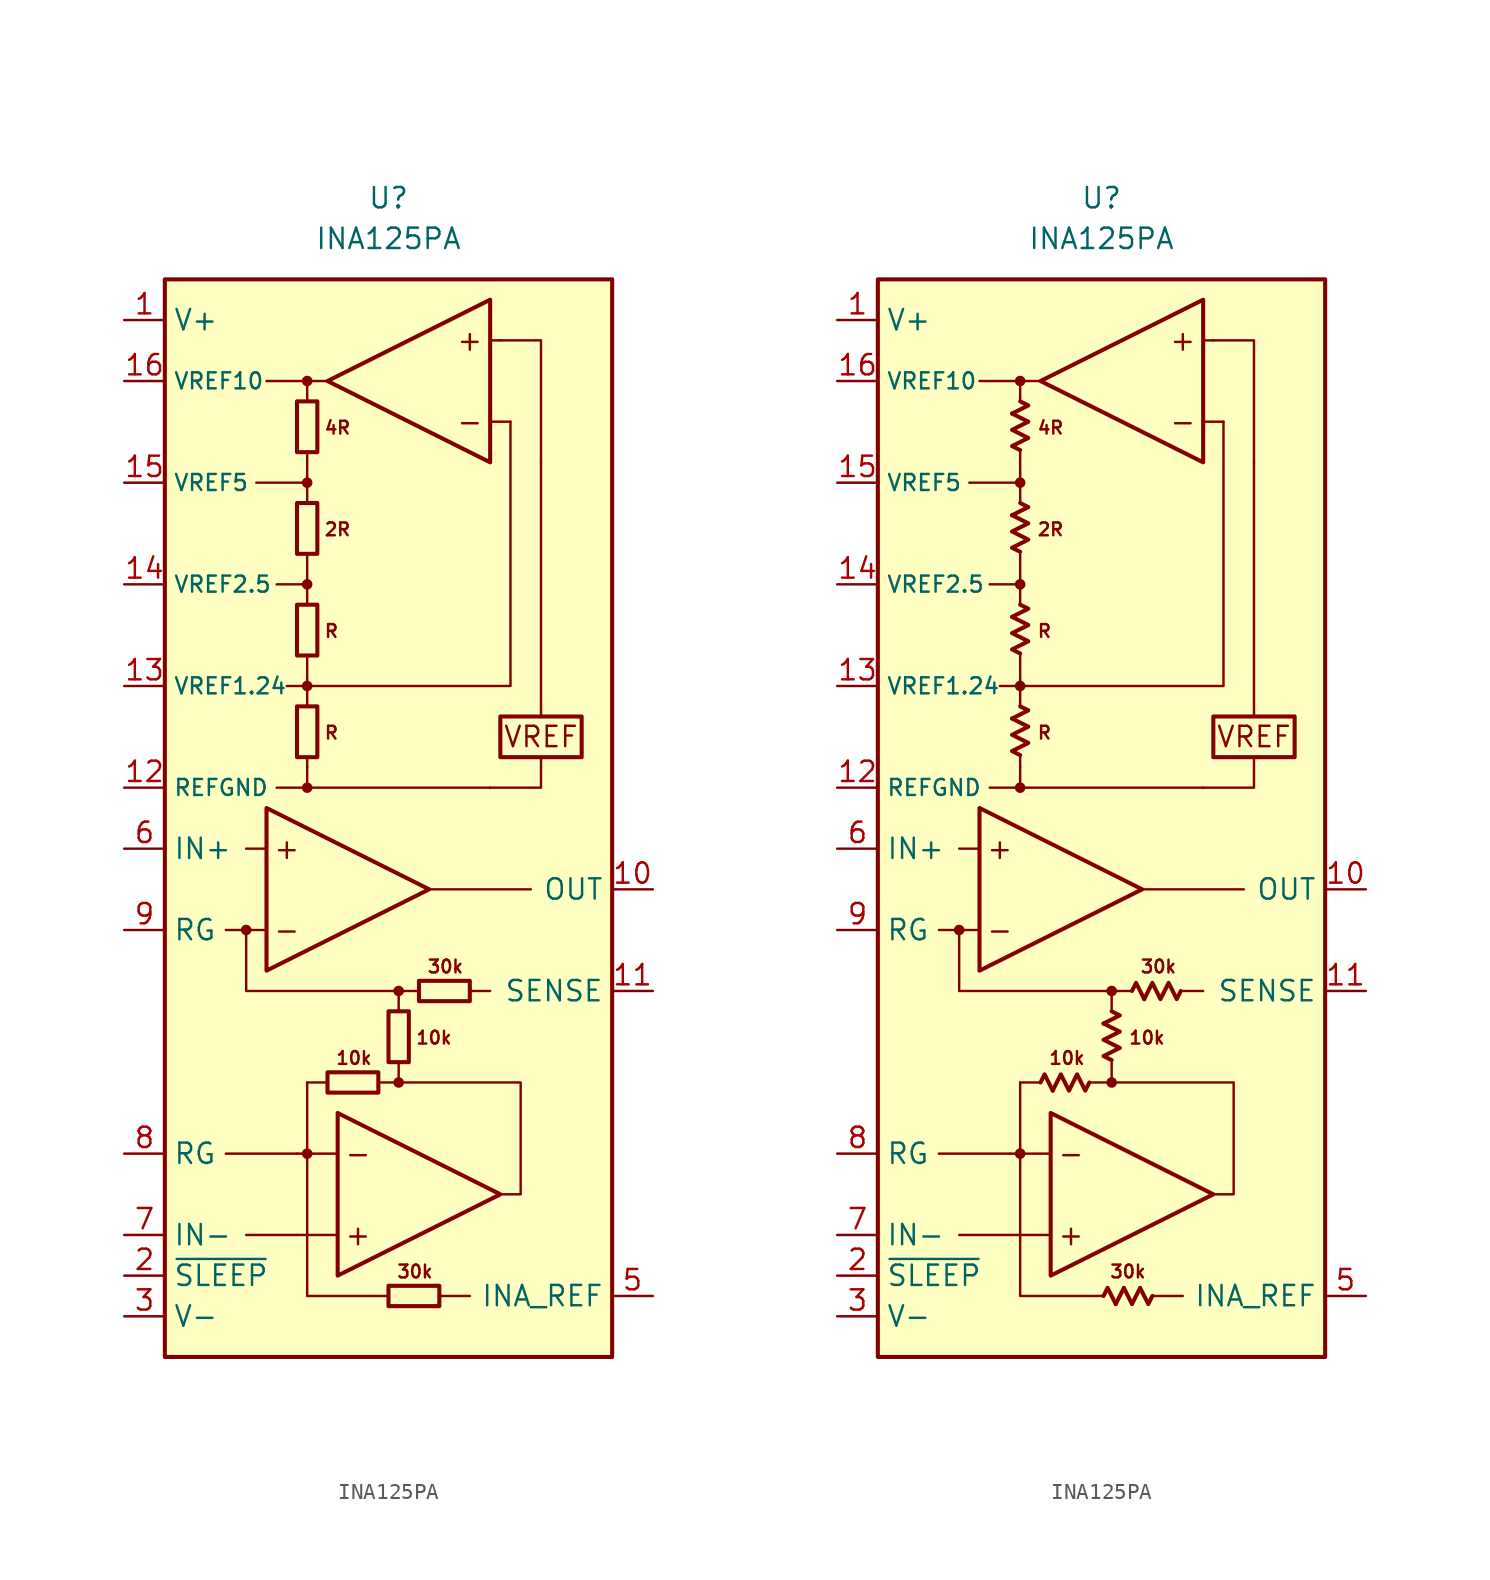
<source format=kicad_sym>
(kicad_symbol_lib
  (version 20231120)
  (generator "kicad_symbol_editor")
  (generator_version "8.0")
  (symbol "INA125PA"
    (property "Reference" "U"
      (at 0 36.83 0)
      (effects (font (size 1.27 1.27))))
    (property "Value" "INA125PA"
      (at 0 34.29 0)
      (effects (font (size 1.27 1.27))))
    (symbol "INA125PA_0_0"
      (circle (center -8.89 -8.89) (radius 0.254) (stroke (width 0.152) (type default)) (fill (type outline)))
      (circle (center -5.08 -22.86) (radius 0.254) (stroke (width 0.152) (type default)) (fill (type outline)))
      (circle (center -5.08 0) (radius 0.254) (stroke (width 0.152) (type default)) (fill (type outline)))
      (circle (center -5.08 6.35) (radius 0.254) (stroke (width 0.152) (type default)) (fill (type outline)))
      (circle (center -5.08 12.7) (radius 0.254) (stroke (width 0.152) (type default)) (fill (type outline)))
      (circle (center -5.08 19.05) (radius 0.254) (stroke (width 0.152) (type default)) (fill (type outline)))
      (circle (center -5.08 25.4) (radius 0.254) (stroke (width 0.152) (type default)) (fill (type outline)))
      (polyline (pts (xy -5.08 0) (xy 6.35 0)) (stroke (width 0.152) (type default)) (fill (type none)))
      (polyline (pts (xy -5.08 1.27) (xy -5.08 0)) (stroke (width 0.152) (type default)) (fill (type none)))
      (polyline (pts (xy -5.08 1.905) (xy -5.08 1.27)) (stroke (width 0.152) (type default)) (fill (type none)))
      (polyline (pts (xy -5.08 6.35) (xy -5.08 5.08)) (stroke (width 0.152) (type default)) (fill (type none)))
      (polyline (pts (xy -5.08 8.255) (xy -5.08 6.35)) (stroke (width 0.152) (type default)) (fill (type none)))
      (polyline (pts (xy -5.08 12.7) (xy -5.08 11.43)) (stroke (width 0.152) (type default)) (fill (type none)))
      (polyline (pts (xy -5.08 14.605) (xy -5.08 12.7)) (stroke (width 0.152) (type default)) (fill (type none)))
      (polyline (pts (xy -5.08 19.05) (xy -5.08 17.78)) (stroke (width 0.152) (type default)) (fill (type none)))
      (polyline (pts (xy -5.08 20.955) (xy -5.08 19.05)) (stroke (width 0.152) (type default)) (fill (type none)))
      (polyline (pts (xy -3.81 -18.415) (xy -5.08 -18.415)) (stroke (width 0.152) (type default)) (fill (type none)))
      (polyline (pts (xy -3.175 -27.94) (xy -5.715 -27.94)) (stroke (width 0.152) (type default)) (fill (type none)))
      (polyline (pts (xy -3.175 -22.86) (xy -5.715 -22.86)) (stroke (width 0.152) (type default)) (fill (type none)))
      (polyline (pts (xy 0 -31.75) (xy -1.27 -31.75)) (stroke (width 0.152) (type default)) (fill (type none)))
      (polyline (pts (xy 1.905 -12.7) (xy 0.635 -12.7)) (stroke (width 0.152) (type default)) (fill (type none)))
      (polyline (pts (xy 6.35 22.86) (xy 7.62 22.86)) (stroke (width 0.152) (type default)) (fill (type none)))
      (polyline (pts (xy 6.35 27.94) (xy 6.985 27.94)) (stroke (width 0.152) (type default)) (fill (type none)))
      (polyline (pts (xy 9.525 4.445) (xy 9.525 20.32)) (stroke (width 0.152) (type default)) (fill (type none)))
      (polyline (pts (xy 9.525 1.905) (xy 9.525 0) (xy 6.35 0)) (stroke (width 0.152) (type default)) (fill (type none)))
      (circle (center 0.635 -18.415) (radius 0.254) (stroke (width 0.152) (type default)) (fill (type outline)))
      (circle (center 0.635 -12.7) (radius 0.254) (stroke (width 0.152) (type default)) (fill (type outline)))
      (rectangle (start 6.985 4.445) (end 12.065 1.905) (stroke (width 0.254) (type default)) (fill (type none)))
      (text "+" (at -6.35 -3.81 0) (effects (font (size 1.27 1.27))))
      (text "+" (at -1.905 -27.94 0) (effects (font (size 1.27 1.27))))
      (text "+" (at 5.08 27.94 0) (effects (font (size 1.27 1.27))))
      (text "-" (at -6.35 -8.89 0) (effects (font (size 1.27 1.27))))
      (text "-" (at -1.905 -22.86 0) (effects (font (size 1.27 1.27))))
      (text "-" (at 5.08 22.86 0) (effects (font (size 1.27 1.27))))
      (text "10k" (at -2.159 -16.891 0) (effects (font (size 0.8 0.8))))
      (text "10k" (at 1.651 -15.621 0) (effects (font (size 0.8 0.8)) (justify left)))
      (text "2R" (at -4.064 16.129 0) (effects (font (size 0.8 0.8)) (justify left)))
      (text "30k" (at 1.651 -30.226 0) (effects (font (size 0.8 0.8))))
      (text "30k" (at 3.556 -11.176 0) (effects (font (size 0.8 0.8))))
      (text "4R" (at -4.064 22.479 0) (effects (font (size 0.8 0.8)) (justify left)))
      (text "R" (at -4.064 3.429 0) (effects (font (size 0.8 0.8)) (justify left)))
      (text "R" (at -4.064 9.779 0) (effects (font (size 0.8 0.8)) (justify left)))
      (text "VREF" (at 9.525 3.175 0) (effects (font (size 1.27 1.27)))))
    (symbol "INA125PA_0_1"
      (rectangle (start -5.715 1.905) (end -4.445 5.08) (stroke (width 0.254) (type default)) (fill (type none)))
      (rectangle (start -5.715 8.255) (end -4.445 11.43) (stroke (width 0.254) (type default)) (fill (type none)))
      (rectangle (start -5.715 14.605) (end -4.445 17.78) (stroke (width 0.254) (type default)) (fill (type none)))
      (rectangle (start -5.715 20.955) (end -4.445 24.13) (stroke (width 0.254) (type default)) (fill (type none)))
      (rectangle (start -3.81 -17.78) (end -0.635 -19.05) (stroke (width 0.254) (type default)) (fill (type none)))
      (rectangle (start 0 -31.115) (end 3.175 -32.385) (stroke (width 0.254) (type default)) (fill (type none)))
      (rectangle (start 0 -17.145) (end 1.27 -13.97) (stroke (width 0.254) (type default)) (fill (type none)))
      (rectangle (start 1.905 -12.065) (end 5.08 -13.335) (stroke (width 0.254) (type default)) (fill (type none))))
    (symbol "INA125PA_0_2"
      (polyline (pts (xy -5.588 4.318) (xy -4.572 4.826) (xy -5.08 5.08)) (stroke (width 0.254) (type default)) (fill (type none)))
      (polyline (pts (xy -5.588 10.668) (xy -4.572 11.176) (xy -5.08 11.43)) (stroke (width 0.254) (type default)) (fill (type none)))
      (polyline (pts (xy -5.588 17.018) (xy -4.572 17.526) (xy -5.08 17.78)) (stroke (width 0.254) (type default)) (fill (type none)))
      (polyline (pts (xy -5.588 23.368) (xy -4.572 23.876) (xy -5.08 24.13)) (stroke (width 0.254) (type default)) (fill (type none)))
      (polyline (pts (xy -3.048 -18.923) (xy -3.556 -17.907) (xy -3.81 -18.415)) (stroke (width 0.254) (type default)) (fill (type none)))
      (polyline (pts (xy 0.127 -14.732) (xy 1.143 -14.224) (xy 0.635 -13.97)) (stroke (width 0.254) (type default)) (fill (type none)))
      (polyline (pts (xy 0.889 -32.258) (xy 0.381 -31.242) (xy 0.127 -31.75)) (stroke (width 0.254) (type default)) (fill (type none)))
      (polyline (pts (xy 2.667 -13.208) (xy 2.159 -12.192) (xy 1.905 -12.7)) (stroke (width 0.254) (type default)) (fill (type none)))
      (polyline (pts (xy -5.08 2.032) (xy -5.588 2.286) (xy -4.572 2.794) (xy -5.588 3.302) (xy -4.572 3.81) (xy -5.588 4.318)) (stroke (width 0.254) (type default)) (fill (type none)))
      (polyline (pts (xy -5.08 8.382) (xy -5.588 8.636) (xy -4.572 9.144) (xy -5.588 9.652) (xy -4.572 10.16) (xy -5.588 10.668)) (stroke (width 0.254) (type default)) (fill (type none)))
      (polyline (pts (xy -5.08 14.732) (xy -5.588 14.986) (xy -4.572 15.494) (xy -5.588 16.002) (xy -4.572 16.51) (xy -5.588 17.018)) (stroke (width 0.254) (type default)) (fill (type none)))
      (polyline (pts (xy -5.08 21.082) (xy -5.588 21.336) (xy -4.572 21.844) (xy -5.588 22.352) (xy -4.572 22.86) (xy -5.588 23.368)) (stroke (width 0.254) (type default)) (fill (type none)))
      (polyline (pts (xy -0.762 -18.415) (xy -1.016 -18.923) (xy -1.524 -17.907) (xy -2.032 -18.923) (xy -2.54 -17.907) (xy -3.048 -18.923)) (stroke (width 0.254) (type default)) (fill (type none)))
      (polyline (pts (xy 0.635 -17.018) (xy 0.127 -16.764) (xy 1.143 -16.256) (xy 0.127 -15.748) (xy 1.143 -15.24) (xy 0.127 -14.732)) (stroke (width 0.254) (type default)) (fill (type none)))
      (polyline (pts (xy 3.175 -31.75) (xy 2.921 -32.258) (xy 2.413 -31.242) (xy 1.905 -32.258) (xy 1.397 -31.242) (xy 0.889 -32.258)) (stroke (width 0.254) (type default)) (fill (type none)))
      (polyline (pts (xy 4.953 -12.7) (xy 4.699 -13.208) (xy 4.191 -12.192) (xy 3.683 -13.208) (xy 3.175 -12.192) (xy 2.667 -13.208)) (stroke (width 0.254) (type default)) (fill (type none))))
    (symbol "INA125PA_1_0"
      (rectangle (start -13.97 31.75) (end 13.97 -35.56) (stroke (width 0.254) (type default)) (fill (type background)))
      (polyline (pts (xy -8.89 -27.94) (xy -5.715 -27.94)) (stroke (width 0.152) (type default)) (fill (type none)))
      (polyline (pts (xy -7.62 -8.89) (xy -10.16 -8.89)) (stroke (width 0.152) (type default)) (fill (type none)))
      (polyline (pts (xy -7.62 -3.81) (xy -8.89 -3.81)) (stroke (width 0.152) (type default)) (fill (type none)))
      (polyline (pts (xy -5.715 -22.86) (xy -10.16 -22.86)) (stroke (width 0.152) (type default)) (fill (type none)))
      (polyline (pts (xy -5.08 -18.415) (xy -5.08 -22.86)) (stroke (width 0.152) (type default)) (fill (type none)))
      (polyline (pts (xy -5.08 0) (xy -6.985 0)) (stroke (width 0.152) (type default)) (fill (type none)))
      (polyline (pts (xy -5.08 6.35) (xy -6.35 6.35)) (stroke (width 0.152) (type default)) (fill (type none)))
      (polyline (pts (xy -5.08 12.7) (xy -6.985 12.7)) (stroke (width 0.152) (type default)) (fill (type none)))
      (polyline (pts (xy -5.08 19.05) (xy -8.255 19.05)) (stroke (width 0.152) (type default)) (fill (type none)))
      (polyline (pts (xy -5.08 25.4) (xy -7.62 25.4)) (stroke (width 0.152) (type default)) (fill (type none)))
      (polyline (pts (xy 0.635 -13.97) (xy 0.635 -12.7)) (stroke (width 0.152) (type default)) (fill (type none)))
      (polyline (pts (xy 2.54 -6.35) (xy 8.89 -6.35)) (stroke (width 0.152) (type default)) (fill (type none)))
      (polyline (pts (xy 3.175 -31.75) (xy 5.08 -31.75)) (stroke (width 0.152) (type default)) (fill (type none)))
      (polyline (pts (xy 5.08 -12.7) (xy 6.35 -12.7)) (stroke (width 0.152) (type default)) (fill (type none)))
      (polyline (pts (xy -8.89 -8.89) (xy -8.89 -12.7) (xy 0.635 -12.7)) (stroke (width 0.152) (type default)) (fill (type none)))
      (polyline (pts (xy -5.08 -22.86) (xy -5.08 -31.75) (xy -1.27 -31.75)) (stroke (width 0.152) (type default)) (fill (type none)))
      (polyline (pts (xy -5.08 24.13) (xy -5.08 25.4) (xy -3.81 25.4)) (stroke (width 0.152) (type default)) (fill (type none)))
      (polyline (pts (xy 0.635 -17.145) (xy 0.635 -18.415) (xy -0.635 -18.415)) (stroke (width 0.152) (type default)) (fill (type none)))
      (polyline (pts (xy 6.985 27.94) (xy 9.525 27.94) (xy 9.525 20.32)) (stroke (width 0.152) (type default)) (fill (type none)))
      (polyline (pts (xy 7.62 22.86) (xy 7.62 6.35) (xy -5.08 6.35)) (stroke (width 0.152) (type default)) (fill (type none)))
      (polyline (pts (xy -7.62 -1.27) (xy -7.62 -11.43) (xy 2.54 -6.35) (xy -7.62 -1.27)) (stroke (width 0.254) (type default)) (fill (type none)))
      (polyline (pts (xy -3.175 -20.32) (xy -3.175 -30.48) (xy 6.985 -25.4) (xy -3.175 -20.32)) (stroke (width 0.254) (type default)) (fill (type none)))
      (polyline (pts (xy 0.635 -18.415) (xy 8.255 -18.415) (xy 8.255 -25.4) (xy 6.985 -25.4)) (stroke (width 0.152) (type default)) (fill (type none)))
      (polyline (pts (xy 6.35 20.32) (xy 6.35 30.48) (xy -3.81 25.4) (xy 6.35 20.32)) (stroke (width 0.254) (type default)) (fill (type none))))
    (symbol "INA125PA_1_1"
      (pin power_in line (at -16.51 29.21 0) (length 2.54) (name "V+" (effects (font (size 1.27 1.27)))) (number "1" (effects (font (size 1.27 1.27)))))
      (pin output line (at 16.51 -6.35 180) (length 2.54) (name "OUT" (effects (font (size 1.27 1.27)))) (number "10" (effects (font (size 1.27 1.27)))))
      (pin input line (at 16.51 -12.7 180) (length 2.54) (name "SENSE" (effects (font (size 1.27 1.27)))) (number "11" (effects (font (size 1.27 1.27)))))
      (pin power_in line (at -16.51 0 0) (length 2.54) (name "REFGND" (effects (font (size 1 1)))) (number "12" (effects (font (size 1.27 1.27)))))
      (pin passive line (at -16.51 6.35 0) (length 2.54) (name "VREF1.24" (effects (font (size 1 1)))) (number "13" (effects (font (size 1.27 1.27)))))
      (pin passive line (at -16.51 12.7 0) (length 2.54) (name "VREF2.5" (effects (font (size 1 1)))) (number "14" (effects (font (size 1.27 1.27)))))
      (pin passive line (at -16.51 19.05 0) (length 2.54) (name "VREF5" (effects (font (size 1 1)))) (number "15" (effects (font (size 1.27 1.27)))))
      (pin passive line (at -16.51 25.4 0) (length 2.54) (name "VREF10" (effects (font (size 1 1)))) (number "16" (effects (font (size 1.27 1.27)))))
      (pin input line (at -16.51 -30.48 0) (length 2.54) (name "~{SLEEP}" (effects (font (size 1.27 1.27)))) (number "2" (effects (font (size 1.27 1.27)))))
      (pin power_in line (at -16.51 -33.02 0) (length 2.54) (name "V-" (effects (font (size 1.27 1.27)))) (number "3" (effects (font (size 1.27 1.27)))))
      (pin input line (at 16.51 -31.75 180) (length 2.54) (name "INA_REF" (effects (font (size 1.27 1.27)))) (number "5" (effects (font (size 1.27 1.27)))))
      (pin input line (at -16.51 -3.81 0) (length 2.54) (name "IN+" (effects (font (size 1.27 1.27)))) (number "6" (effects (font (size 1.27 1.27)))))
      (pin input line (at -16.51 -27.94 0) (length 2.54) (name "IN-" (effects (font (size 1.27 1.27)))) (number "7" (effects (font (size 1.27 1.27)))))
      (pin passive line (at -16.51 -22.86 0) (length 2.54) (name "RG" (effects (font (size 1.27 1.27)))) (number "8" (effects (font (size 1.27 1.27)))))
      (pin passive line (at -16.51 -8.89 0) (length 2.54) (name "RG" (effects (font (size 1.27 1.27)))) (number "9" (effects (font (size 1.27 1.27))))))
    (symbol "INA125PA_1_2"
      (pin power_in line (at -16.51 29.21 0) (length 2.54) (name "V+" (effects (font (size 1.27 1.27)))) (number "1" (effects (font (size 1.27 1.27)))))
      (pin output line (at 16.51 -6.35 180) (length 2.54) (name "OUT" (effects (font (size 1.27 1.27)))) (number "10" (effects (font (size 1.27 1.27)))))
      (pin input line (at 16.51 -12.7 180) (length 2.54) (name "SENSE" (effects (font (size 1.27 1.27)))) (number "11" (effects (font (size 1.27 1.27)))))
      (pin power_in line (at -16.51 0 0) (length 2.54) (name "REFGND" (effects (font (size 1 1)))) (number "12" (effects (font (size 1.27 1.27)))))
      (pin passive line (at -16.51 6.35 0) (length 2.54) (name "VREF1.24" (effects (font (size 1 1)))) (number "13" (effects (font (size 1.27 1.27)))))
      (pin passive line (at -16.51 12.7 0) (length 2.54) (name "VREF2.5" (effects (font (size 1 1)))) (number "14" (effects (font (size 1.27 1.27)))))
      (pin passive line (at -16.51 19.05 0) (length 2.54) (name "VREF5" (effects (font (size 1 1)))) (number "15" (effects (font (size 1.27 1.27)))))
      (pin passive line (at -16.51 25.4 0) (length 2.54) (name "VREF10" (effects (font (size 1 1)))) (number "16" (effects (font (size 1.27 1.27)))))
      (pin input line (at -16.51 -30.48 0) (length 2.54) (name "~{SLEEP}" (effects (font (size 1.27 1.27)))) (number "2" (effects (font (size 1.27 1.27)))))
      (pin power_in line (at -16.51 -33.02 0) (length 2.54) (name "V-" (effects (font (size 1.27 1.27)))) (number "3" (effects (font (size 1.27 1.27)))))
      (pin input line (at 16.51 -31.75 180) (length 2.54) (name "INA_REF" (effects (font (size 1.27 1.27)))) (number "5" (effects (font (size 1.27 1.27)))))
      (pin input line (at -16.51 -3.81 0) (length 2.54) (name "IN+" (effects (font (size 1.27 1.27)))) (number "6" (effects (font (size 1.27 1.27)))))
      (pin input line (at -16.51 -27.94 0) (length 2.54) (name "IN-" (effects (font (size 1.27 1.27)))) (number "7" (effects (font (size 1.27 1.27)))))
      (pin passive line (at -16.51 -22.86 0) (length 2.54) (name "RG" (effects (font (size 1.27 1.27)))) (number "8" (effects (font (size 1.27 1.27)))))
      (pin passive line (at -16.51 -8.89 0) (length 2.54) (name "RG" (effects (font (size 1.27 1.27)))) (number "9" (effects (font (size 1.27 1.27))))))))
</source>
